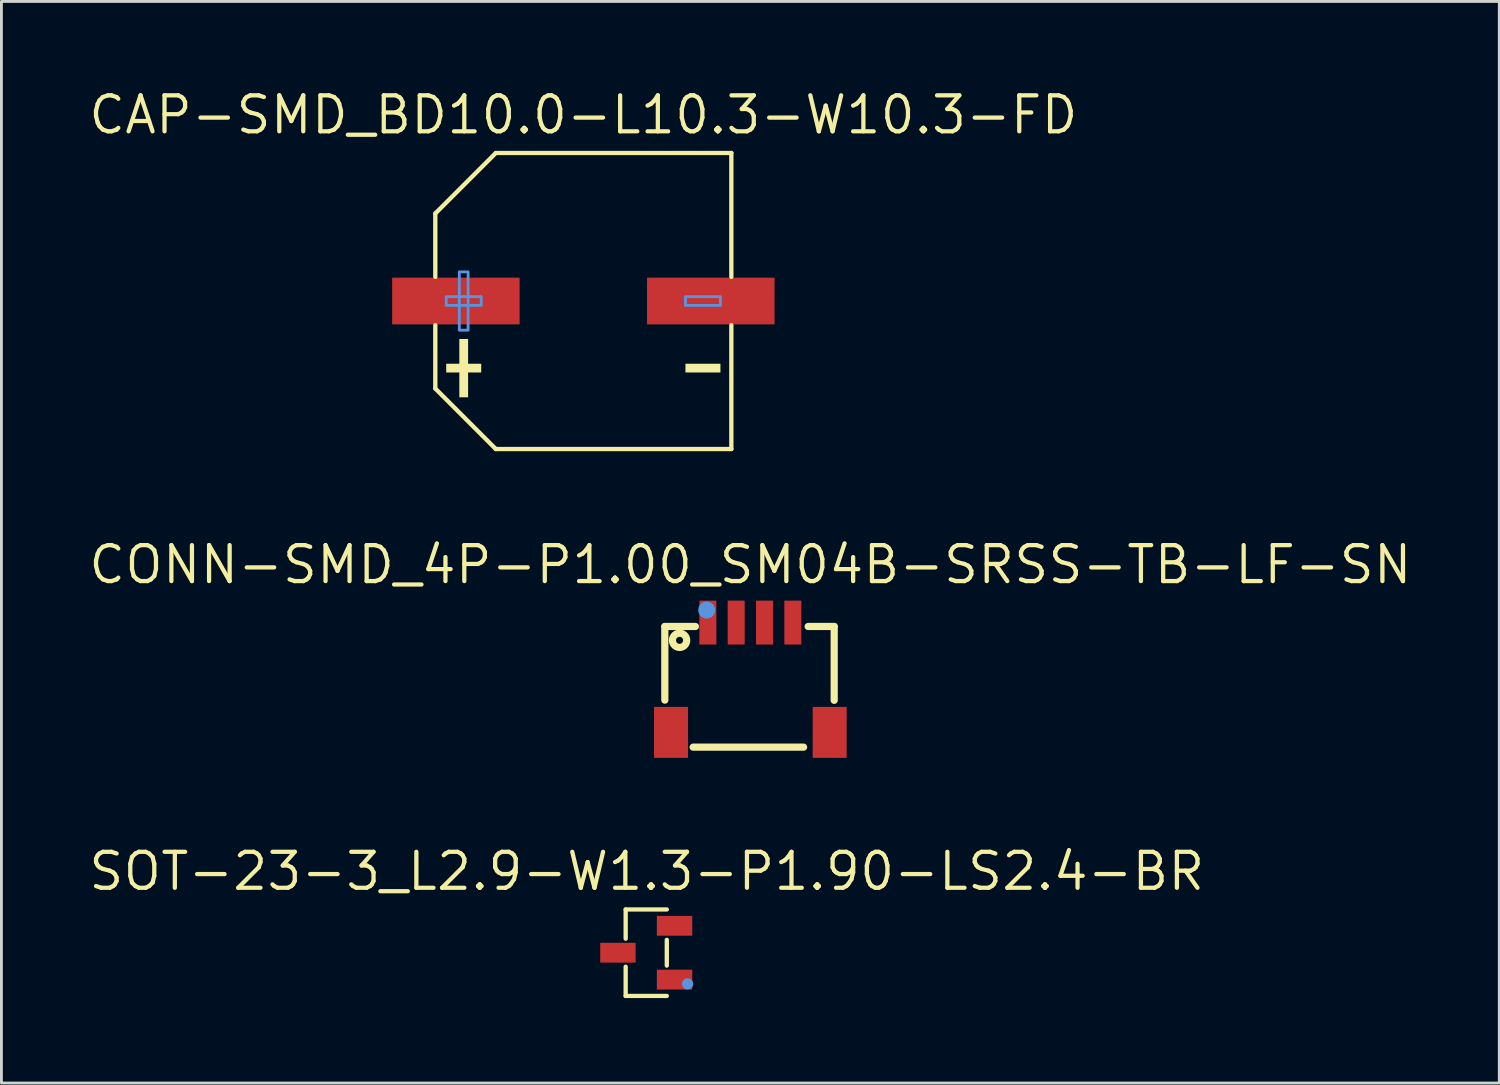
<source format=kicad_pcb>
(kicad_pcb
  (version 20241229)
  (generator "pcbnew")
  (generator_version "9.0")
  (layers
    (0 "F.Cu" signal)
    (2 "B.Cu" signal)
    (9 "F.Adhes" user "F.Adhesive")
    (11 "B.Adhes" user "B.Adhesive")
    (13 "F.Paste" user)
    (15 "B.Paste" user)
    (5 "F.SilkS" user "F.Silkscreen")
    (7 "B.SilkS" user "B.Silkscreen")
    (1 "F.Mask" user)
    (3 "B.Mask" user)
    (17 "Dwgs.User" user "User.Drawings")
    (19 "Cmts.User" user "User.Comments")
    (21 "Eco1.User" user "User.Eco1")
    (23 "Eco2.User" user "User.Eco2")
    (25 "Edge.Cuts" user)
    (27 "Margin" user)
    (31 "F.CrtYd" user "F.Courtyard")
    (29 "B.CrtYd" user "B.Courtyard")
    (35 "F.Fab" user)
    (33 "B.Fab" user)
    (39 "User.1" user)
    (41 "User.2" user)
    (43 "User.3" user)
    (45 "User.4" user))
  (footprint "SOT-23-3_L2.9-W1.3-P1.90-LS2.4-BR"
    (layer "F.Cu")
    (at 19.766 30.586)
    (property "Reference" "SOT-23-3_L2.9-W1.3-P1.90-LS2.4-BR" (at 0.018 -2.872 0) (layer "F.SilkS") (effects (font (size 1.27 1.27) (thickness 0.15))))
    (attr smd)
    (fp_line (start -0.726 -1.526) (end -0.726 -0.495) (stroke (width 0.152) (type solid)) (layer "F.SilkS"))
    (fp_line (start -0.726 1.526) (end -0.726 0.495) (stroke (width 0.152) (type solid)) (layer "F.SilkS"))
    (fp_line (start 0.726 -1.526) (end -0.726 -1.526) (stroke (width 0.152) (type solid)) (layer "F.SilkS"))
    (fp_line (start 0.726 -0.455) (end 0.726 0.455) (stroke (width 0.152) (type solid)) (layer "F.SilkS"))
    (fp_line (start 0.726 1.526) (end -0.726 1.526) (stroke (width 0.152) (type solid)) (layer "F.SilkS"))
    (fp_circle (center 1.46 1.1) (end 1.56 1.1) (stroke (width 0.2) (type solid)) (fill no) (layer "Cmts.User"))
    (fp_text user "" (at 0 0 0) (layer "Cmts.User") (effects (font (size 1 1) (thickness 0.15))))
    (pad "1" smd rect (at 1 0.95) (size 1.25 0.7) (layers "F.Cu" "F.Mask" "F.Paste"))
    (pad "2" smd rect (at 1 -0.95) (size 1.25 0.7) (layers "F.Cu" "F.Mask" "F.Paste"))
    (pad "3" smd rect (at -1 0) (size 1.25 0.7) (layers "F.Cu" "F.Mask" "F.Paste")))
  (footprint "CONN-SMD_4P-P1.00_SM04B-SRSS-TB-LF-SN"
    (layer "F.Cu")
    (at 23.442 20.869)
    (property "Reference" "CONN-SMD_4P-P1.00_SM04B-SRSS-TB-LF-SN" (at 0 -3.983 0) (layer "F.SilkS") (effects (font (size 1.27 1.27) (thickness 0.15))))
    (attr smd)
    (fp_line (start -3.02 -1.8) (end -3.02 0.8) (stroke (width 0.254) (type solid)) (layer "F.SilkS"))
    (fp_line (start -2.02 2.46) (end 1.88 2.46) (stroke (width 0.254) (type solid)) (layer "F.SilkS"))
    (fp_line (start -1.94 -1.8) (end -3.02 -1.8) (stroke (width 0.254) (type solid)) (layer "F.SilkS"))
    (fp_line (start 2.04 -1.8) (end 2.96 -1.8) (stroke (width 0.254) (type solid)) (layer "F.SilkS"))
    (fp_line (start 2.96 -1.8) (end 2.96 0.807) (stroke (width 0.254) (type solid)) (layer "F.SilkS"))
    (fp_circle (center -2.499 -1.312) (end -2.374 -1.312) (stroke (width 0.254) (type solid)) (fill no) (layer "F.SilkS"))
    (fp_circle (center -1.54 -2.38) (end -1.39 -2.38) (stroke (width 0.3) (type solid)) (fill no) (layer "Cmts.User"))
    (fp_text user "" (at 0 0 0) (layer "Cmts.User") (effects (font (size 1 1) (thickness 0.15))))
    (pad "1" smd rect (at -1.5 -1.938) (size 0.6 1.55) (layers "F.Cu" "F.Mask" "F.Paste"))
    (pad "2" smd rect (at -0.5 -1.938) (size 0.6 1.55) (layers "F.Cu" "F.Mask" "F.Paste"))
    (pad "3" smd rect (at 0.5 -1.938) (size 0.6 1.55) (layers "F.Cu" "F.Mask" "F.Paste"))
    (pad "4" smd rect (at 1.5 -1.938) (size 0.6 1.55) (layers "F.Cu" "F.Mask" "F.Paste"))
    (pad "5" smd rect (at 2.8 1.938) (size 1.2 1.8) (layers "F.Cu" "F.Mask" "F.Paste"))
    (pad "6" smd rect (at -2.8 1.938) (size 1.2 1.8) (layers "F.Cu" "F.Mask" "F.Paste")))
  (footprint "CAP-SMD_BD10.0-L10.3-W10.3-FD"
    (layer "F.Cu")
    (at 17.545 7.578)
    (property "Reference" "CAP-SMD_BD10.0-L10.3-W10.3-FD" (at 0 -6.572 0) (layer "F.SilkS") (effects (font (size 1.27 1.27) (thickness 0.15))))
    (attr smd)
    (fp_line (start -5.226 -3.09) (end -5.226 -0.852) (stroke (width 0.152) (type solid)) (layer "F.SilkS"))
    (fp_line (start -5.226 3.09) (end -5.226 0.852) (stroke (width 0.152) (type solid)) (layer "F.SilkS"))
    (fp_line (start -3.09 -5.226) (end -5.226 -3.09) (stroke (width 0.152) (type solid)) (layer "F.SilkS"))
    (fp_line (start -3.09 5.226) (end -5.226 3.09) (stroke (width 0.152) (type solid)) (layer "F.SilkS"))
    (fp_line (start 5.226 -5.226) (end -3.09 -5.226) (stroke (width 0.152) (type solid)) (layer "F.SilkS"))
    (fp_line (start 5.226 -0.852) (end 5.226 -5.226) (stroke (width 0.152) (type solid)) (layer "F.SilkS"))
    (fp_line (start 5.226 0.852) (end 5.226 5.226) (stroke (width 0.152) (type solid)) (layer "F.SilkS"))
    (fp_line (start 5.226 5.226) (end -3.09 5.226) (stroke (width 0.152) (type solid)) (layer "F.SilkS"))
    (fp_poly (pts (xy -4.841 2.214) (xy -4.841 2.523) (xy -3.605 2.523) (xy -3.605 2.214)) (stroke (width 0) (type solid)) (fill yes) (layer "F.SilkS"))
    (fp_poly (pts (xy -4.378 1.339) (xy -4.378 3.399) (xy -4.068 3.399) (xy -4.068 1.339)) (stroke (width 0) (type solid)) (fill yes) (layer "F.SilkS"))
    (fp_poly (pts (xy 4.841 2.214) (xy 4.841 2.523) (xy 3.605 2.523) (xy 3.605 2.214)) (stroke (width 0) (type solid)) (fill yes) (layer "F.SilkS"))
    (fp_poly (pts (xy -4.841 -0.155) (xy -4.841 0.155) (xy -3.605 0.155) (xy -3.605 -0.155)) (stroke (width 0.1) (type solid)) (fill no) (layer "Cmts.User"))
    (fp_poly (pts (xy -4.378 -1.03) (xy -4.378 1.03) (xy -4.068 1.03) (xy -4.068 -1.03)) (stroke (width 0.1) (type solid)) (fill no) (layer "Cmts.User"))
    (fp_poly (pts (xy 4.841 -0.155) (xy 4.841 0.155) (xy 3.605 0.155) (xy 3.605 -0.155)) (stroke (width 0.1) (type solid)) (fill no) (layer "Cmts.User"))
    (fp_text user "" (at 0 0 0) (layer "Cmts.User") (effects (font (size 1 1) (thickness 0.15))))
    (pad "1" smd rect (at -4.5 0) (size 4.5 1.65) (layers "F.Cu" "F.Mask" "F.Paste"))
    (pad "2" smd rect (at 4.5 0) (size 4.5 1.65) (layers "F.Cu" "F.Mask" "F.Paste")))
  (gr_rect
    (start -3 -3)
    (end 49.884 35.188)
    (stroke (width 0.1) (type default))
    (fill no)
    (layer "Edge.Cuts")))
</source>
